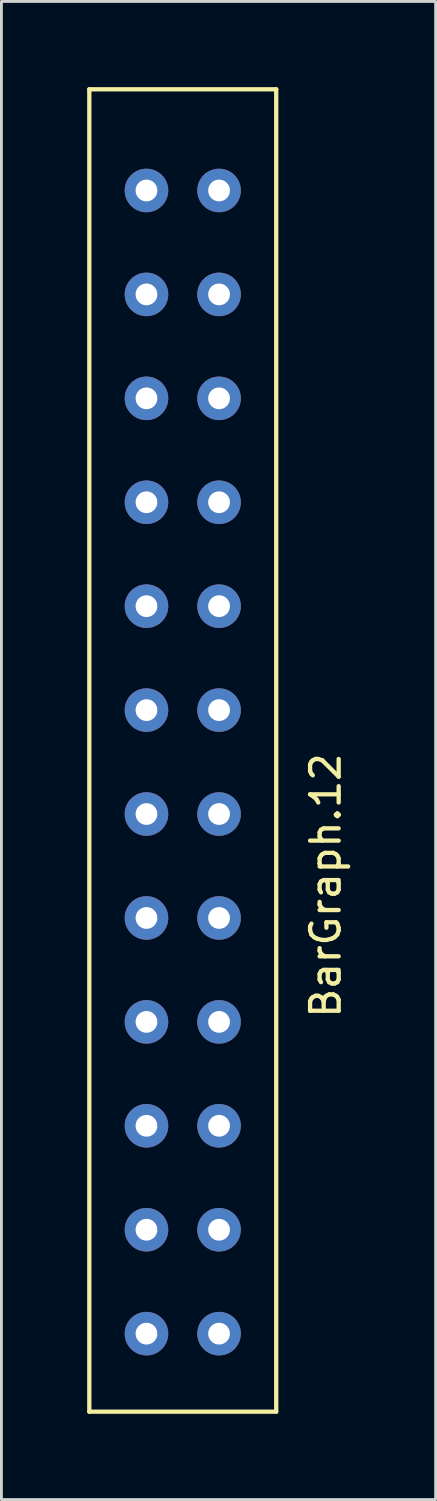
<source format=kicad_pcb>
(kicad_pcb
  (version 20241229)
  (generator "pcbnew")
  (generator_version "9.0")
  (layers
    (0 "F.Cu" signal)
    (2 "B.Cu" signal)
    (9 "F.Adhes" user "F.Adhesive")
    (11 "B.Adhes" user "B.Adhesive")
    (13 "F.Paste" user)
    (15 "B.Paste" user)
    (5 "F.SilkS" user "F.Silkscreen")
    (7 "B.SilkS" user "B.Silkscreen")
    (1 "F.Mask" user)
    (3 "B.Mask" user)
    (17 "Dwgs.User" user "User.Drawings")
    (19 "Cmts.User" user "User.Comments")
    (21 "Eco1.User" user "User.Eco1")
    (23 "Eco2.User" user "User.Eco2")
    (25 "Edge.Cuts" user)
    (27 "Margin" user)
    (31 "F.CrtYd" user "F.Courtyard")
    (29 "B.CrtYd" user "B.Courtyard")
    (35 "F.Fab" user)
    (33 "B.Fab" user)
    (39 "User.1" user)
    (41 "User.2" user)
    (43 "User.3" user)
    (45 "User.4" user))
  (footprint "BarGraph.12"
    (layer "F.Cu")
    (at 3.345 22.935)
    (property "Reference" "BarGraph.12" (at 5 5 90) (layer "F.SilkS") (effects (font (size 1 1) (thickness 0.15))))
    (attr through_hole)
    (fp_line (start -3.27 -22.86) (end -3.27 23.41) (stroke (width 0.15) (type solid)) (layer "F.SilkS"))
    (fp_line (start -3.27 -22.86) (end 3.27 -22.86) (stroke (width 0.15) (type solid)) (layer "F.SilkS"))
    (fp_line (start -3.27 23.41) (end 3.27 23.41) (stroke (width 0.15) (type solid)) (layer "F.SilkS"))
    (fp_line (start 3.27 -22.86) (end 3.27 23.41) (stroke (width 0.15) (type solid)) (layer "F.SilkS"))
    (pad "1" thru_hole circle (at -1.27 -19.32) (size 1.524 1.524) (drill 0.762) (layers "*.Cu" "*.Mask"))
    (pad "2" thru_hole circle (at -1.27 -15.684) (size 1.524 1.524) (drill 0.762) (layers "*.Cu" "*.Mask"))
    (pad "3" thru_hole circle (at -1.27 -12.047) (size 1.524 1.524) (drill 0.762) (layers "*.Cu" "*.Mask"))
    (pad "4" thru_hole circle (at -1.27 -8.411) (size 1.524 1.524) (drill 0.762) (layers "*.Cu" "*.Mask"))
    (pad "5" thru_hole circle (at -1.27 -4.775) (size 1.524 1.524) (drill 0.762) (layers "*.Cu" "*.Mask"))
    (pad "6" thru_hole circle (at -1.27 -1.138) (size 1.524 1.524) (drill 0.762) (layers "*.Cu" "*.Mask"))
    (pad "7" thru_hole circle (at -1.27 2.498) (size 1.524 1.524) (drill 0.762) (layers "*.Cu" "*.Mask"))
    (pad "8" thru_hole circle (at -1.27 6.135) (size 1.524 1.524) (drill 0.762) (layers "*.Cu" "*.Mask"))
    (pad "9" thru_hole circle (at -1.27 9.771) (size 1.524 1.524) (drill 0.762) (layers "*.Cu" "*.Mask"))
    (pad "10" thru_hole circle (at -1.27 13.407) (size 1.524 1.524) (drill 0.762) (layers "*.Cu" "*.Mask"))
    (pad "11" thru_hole circle (at -1.27 17.044) (size 1.524 1.524) (drill 0.762) (layers "*.Cu" "*.Mask"))
    (pad "12" thru_hole circle (at -1.27 20.68) (size 1.524 1.524) (drill 0.762) (layers "*.Cu" "*.Mask"))
    (pad "13" thru_hole circle (at 1.27 20.68) (size 1.524 1.524) (drill 0.762) (layers "*.Cu" "*.Mask"))
    (pad "14" thru_hole circle (at 1.27 17.044) (size 1.524 1.524) (drill 0.762) (layers "*.Cu" "*.Mask"))
    (pad "15" thru_hole circle (at 1.27 13.407) (size 1.524 1.524) (drill 0.762) (layers "*.Cu" "*.Mask"))
    (pad "16" thru_hole circle (at 1.27 9.771) (size 1.524 1.524) (drill 0.762) (layers "*.Cu" "*.Mask"))
    (pad "17" thru_hole circle (at 1.27 6.135) (size 1.524 1.524) (drill 0.762) (layers "*.Cu" "*.Mask"))
    (pad "18" thru_hole circle (at 1.27 2.498) (size 1.524 1.524) (drill 0.762) (layers "*.Cu" "*.Mask"))
    (pad "19" thru_hole circle (at 1.27 -1.138) (size 1.524 1.524) (drill 0.762) (layers "*.Cu" "*.Mask"))
    (pad "20" thru_hole circle (at 1.27 -4.775) (size 1.524 1.524) (drill 0.762) (layers "*.Cu" "*.Mask"))
    (pad "21" thru_hole circle (at 1.27 -8.411) (size 1.524 1.524) (drill 0.762) (layers "*.Cu" "*.Mask"))
    (pad "22" thru_hole circle (at 1.27 -12.047) (size 1.524 1.524) (drill 0.762) (layers "*.Cu" "*.Mask"))
    (pad "23" thru_hole circle (at 1.27 -15.684) (size 1.524 1.524) (drill 0.762) (layers "*.Cu" "*.Mask"))
    (pad "24" thru_hole circle (at 1.27 -19.32) (size 1.524 1.524) (drill 0.762) (layers "*.Cu" "*.Mask")))
  (gr_rect
    (start -3 -3)
    (end 12.193 49.42)
    (stroke (width 0.1) (type default))
    (fill no)
    (layer "Edge.Cuts")))
</source>
